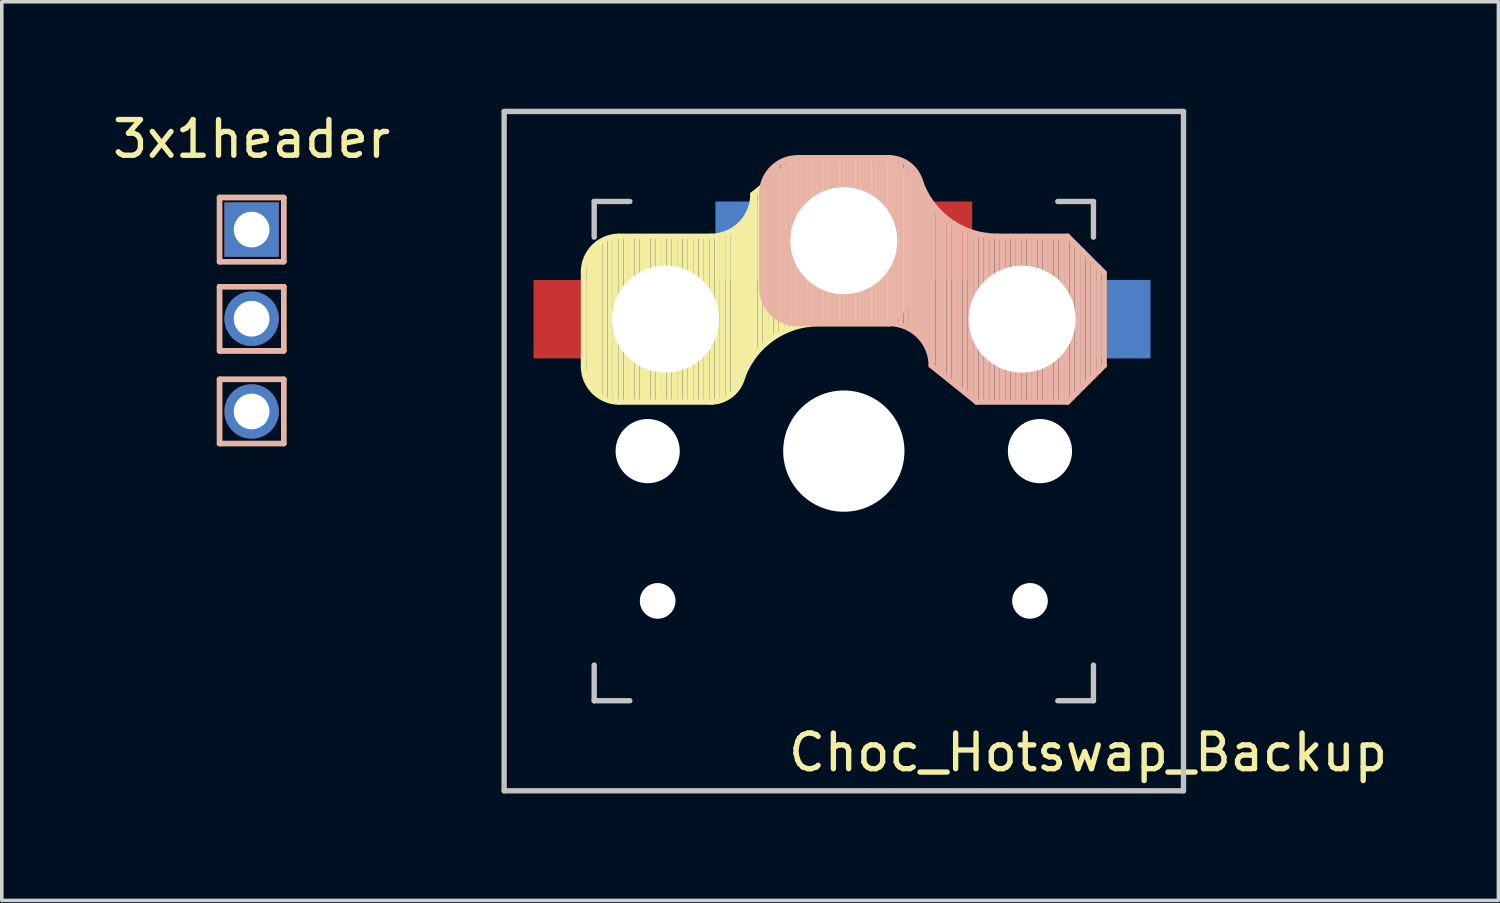
<source format=kicad_pcb>
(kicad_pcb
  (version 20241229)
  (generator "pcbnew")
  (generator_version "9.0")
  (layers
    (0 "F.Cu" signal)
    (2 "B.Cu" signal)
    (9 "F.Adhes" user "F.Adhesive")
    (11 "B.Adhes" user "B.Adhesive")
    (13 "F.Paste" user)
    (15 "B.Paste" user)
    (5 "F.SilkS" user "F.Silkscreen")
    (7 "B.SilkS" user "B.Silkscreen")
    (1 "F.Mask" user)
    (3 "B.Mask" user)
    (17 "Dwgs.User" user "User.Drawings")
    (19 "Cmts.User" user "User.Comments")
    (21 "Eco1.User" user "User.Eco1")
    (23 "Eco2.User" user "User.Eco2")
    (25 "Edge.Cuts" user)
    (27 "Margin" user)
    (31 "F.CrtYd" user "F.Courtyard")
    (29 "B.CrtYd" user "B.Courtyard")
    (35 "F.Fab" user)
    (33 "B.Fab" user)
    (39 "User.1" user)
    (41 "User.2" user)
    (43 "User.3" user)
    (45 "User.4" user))
  (footprint "Choc_Hotswap_Backup"
    (layer "F.Cu")
    (at 20.612 9.6)
    (property "Reference" "Choc_Hotswap_Backup" (at 6.85 8.45 180) (layer "F.SilkS") (effects (font (size 1 1) (thickness 0.15))))
    (attr through_hole)
    (fp_line (start -7.3 -5.025) (end -7.3 -2.375) (stroke (width 0.15) (type solid)) (layer "F.SilkS"))
    (fp_line (start -7.15 -1.95) (end -7.15 -5.5) (stroke (width 0.15) (type solid)) (layer "F.SilkS"))
    (fp_line (start -7.05 -1.8) (end -7.05 -5.55) (stroke (width 0.15) (type solid)) (layer "F.SilkS"))
    (fp_line (start -6.95 -1.7) (end -6.95 -5.65) (stroke (width 0.15) (type solid)) (layer "F.SilkS"))
    (fp_line (start -6.85 -1.6) (end -6.85 -5.8) (stroke (width 0.15) (type solid)) (layer "F.SilkS"))
    (fp_line (start -6.7 -1.5) (end -6.7 -5.9) (stroke (width 0.15) (type solid)) (layer "F.SilkS"))
    (fp_line (start -6.55 -1.45) (end -6.55 -5.95) (stroke (width 0.15) (type solid)) (layer "F.SilkS"))
    (fp_line (start -6.4 -1.4) (end -6.4 -5.95) (stroke (width 0.15) (type solid)) (layer "F.SilkS"))
    (fp_line (start -6.3 -6.025) (end -3.725 -6.025) (stroke (width 0.15) (type solid)) (layer "F.SilkS"))
    (fp_line (start -6.3 -1.375) (end -3.7 -1.375) (stroke (width 0.15) (type solid)) (layer "F.SilkS"))
    (fp_line (start -6.25 -1.4) (end -6.25 -6) (stroke (width 0.15) (type solid)) (layer "F.SilkS"))
    (fp_line (start -6.1 -1.4) (end -6.1 -6) (stroke (width 0.15) (type solid)) (layer "F.SilkS"))
    (fp_line (start -5.95 -1.4) (end -5.95 -6) (stroke (width 0.15) (type solid)) (layer "F.SilkS"))
    (fp_line (start -5.8 -1.4) (end -5.8 -6) (stroke (width 0.15) (type solid)) (layer "F.SilkS"))
    (fp_line (start -5.65 -1.4) (end -5.65 -6) (stroke (width 0.15) (type solid)) (layer "F.SilkS"))
    (fp_line (start -5.5 -1.4) (end -5.5 -6) (stroke (width 0.15) (type solid)) (layer "F.SilkS"))
    (fp_line (start -5.35 -1.4) (end -5.35 -6) (stroke (width 0.15) (type solid)) (layer "F.SilkS"))
    (fp_line (start -5.2 -1.4) (end -5.2 -6) (stroke (width 0.15) (type solid)) (layer "F.SilkS"))
    (fp_line (start -5.05 -1.4) (end -5.05 -6) (stroke (width 0.15) (type solid)) (layer "F.SilkS"))
    (fp_line (start -4.9 -1.4) (end -4.9 -6) (stroke (width 0.15) (type solid)) (layer "F.SilkS"))
    (fp_line (start -4.75 -1.4) (end -4.75 -6) (stroke (width 0.15) (type solid)) (layer "F.SilkS"))
    (fp_line (start -4.6 -1.4) (end -4.6 -6) (stroke (width 0.15) (type solid)) (layer "F.SilkS"))
    (fp_line (start -4.45 -1.4) (end -4.45 -6) (stroke (width 0.15) (type solid)) (layer "F.SilkS"))
    (fp_line (start -4.3 -1.4) (end -4.3 -6) (stroke (width 0.15) (type solid)) (layer "F.SilkS"))
    (fp_line (start -4.15 -1.4) (end -4.15 -6) (stroke (width 0.15) (type solid)) (layer "F.SilkS"))
    (fp_line (start -4 -1.4) (end -4 -6) (stroke (width 0.15) (type solid)) (layer "F.SilkS"))
    (fp_line (start -3.85 -1.4) (end -3.85 -5.95) (stroke (width 0.15) (type solid)) (layer "F.SilkS"))
    (fp_line (start -3.7 -1.4) (end -3.7 -6) (stroke (width 0.15) (type solid)) (layer "F.SilkS"))
    (fp_line (start -3.55 -1.4) (end -3.55 -6) (stroke (width 0.15) (type solid)) (layer "F.SilkS"))
    (fp_line (start -3.4 -1.45) (end -3.4 -6) (stroke (width 0.15) (type solid)) (layer "F.SilkS"))
    (fp_line (start -3.25 -1.55) (end -3.25 -6.1) (stroke (width 0.15) (type solid)) (layer "F.SilkS"))
    (fp_line (start -3.1 -1.65) (end -3.1 -6.15) (stroke (width 0.15) (type solid)) (layer "F.SilkS"))
    (fp_line (start -3 -1.8) (end -3 -6.2) (stroke (width 0.15) (type solid)) (layer "F.SilkS"))
    (fp_line (start -2.9 -2.05) (end -2.9 -6.25) (stroke (width 0.15) (type solid)) (layer "F.SilkS"))
    (fp_line (start -2.8 -2.2) (end -2.8 -6.35) (stroke (width 0.15) (type solid)) (layer "F.SilkS"))
    (fp_line (start -2.7 -2.4) (end -2.7 -6.55) (stroke (width 0.15) (type solid)) (layer "F.SilkS"))
    (fp_line (start -2.6 -2.55) (end -2.6 -6.7) (stroke (width 0.15) (type solid)) (layer "F.SilkS"))
    (fp_line (start -2.5 -2.75) (end -2.5 -7.2) (stroke (width 0.15) (type solid)) (layer "F.SilkS"))
    (fp_line (start -2.35 -2.9) (end -2.35 -7.35) (stroke (width 0.15) (type solid)) (layer "F.SilkS"))
    (fp_line (start -2.2 -3.05) (end -2.2 -7.45) (stroke (width 0.15) (type solid)) (layer "F.SilkS"))
    (fp_line (start -2.05 -3.15) (end -2.05 -7.55) (stroke (width 0.15) (type solid)) (layer "F.SilkS"))
    (fp_line (start -1.9 -3.25) (end -1.9 -7.7) (stroke (width 0.15) (type solid)) (layer "F.SilkS"))
    (fp_line (start -1.75 -3.35) (end -1.75 -7.8) (stroke (width 0.15) (type solid)) (layer "F.SilkS"))
    (fp_line (start -1.6 -3.4) (end -1.6 -7.95) (stroke (width 0.15) (type solid)) (layer "F.SilkS"))
    (fp_line (start -1.45 -3.5) (end -1.45 -8.05) (stroke (width 0.15) (type solid)) (layer "F.SilkS"))
    (fp_line (start -1.3 -3.55) (end -1.3 -8.15) (stroke (width 0.15) (type solid)) (layer "F.SilkS"))
    (fp_line (start -1.275 -8.225) (end -2.55 -7.2) (stroke (width 0.15) (type solid)) (layer "F.SilkS"))
    (fp_line (start -1.275 -8.225) (end 1.275 -8.225) (stroke (width 0.15) (type solid)) (layer "F.SilkS"))
    (fp_line (start -1.15 -3.55) (end -1.15 -8.2) (stroke (width 0.15) (type solid)) (layer "F.SilkS"))
    (fp_line (start -1 -3.55) (end -1 -8.2) (stroke (width 0.15) (type solid)) (layer "F.SilkS"))
    (fp_line (start -0.85 -3.6) (end -0.85 -8.15) (stroke (width 0.15) (type solid)) (layer "F.SilkS"))
    (fp_line (start -0.7 -3.6) (end -0.7 -8.2) (stroke (width 0.15) (type solid)) (layer "F.SilkS"))
    (fp_line (start -0.7 -3.575) (end 1.275 -3.575) (stroke (width 0.15) (type solid)) (layer "F.SilkS"))
    (fp_line (start -0.55 -3.6) (end -0.55 -8.2) (stroke (width 0.15) (type solid)) (layer "F.SilkS"))
    (fp_line (start -0.4 -3.6) (end -0.4 -8.2) (stroke (width 0.15) (type solid)) (layer "F.SilkS"))
    (fp_line (start -0.25 -3.6) (end -0.25 -8.2) (stroke (width 0.15) (type solid)) (layer "F.SilkS"))
    (fp_line (start -0.1 -3.6) (end -0.1 -8.2) (stroke (width 0.15) (type solid)) (layer "F.SilkS"))
    (fp_line (start 0.05 -3.6) (end 0.05 -8.2) (stroke (width 0.15) (type solid)) (layer "F.SilkS"))
    (fp_line (start 0.2 -3.6) (end 0.2 -8.2) (stroke (width 0.15) (type solid)) (layer "F.SilkS"))
    (fp_line (start 0.35 -3.6) (end 0.35 -8.2) (stroke (width 0.15) (type solid)) (layer "F.SilkS"))
    (fp_line (start 0.5 -3.6) (end 0.5 -8.2) (stroke (width 0.15) (type solid)) (layer "F.SilkS"))
    (fp_line (start 0.65 -3.6) (end 0.65 -8.2) (stroke (width 0.15) (type solid)) (layer "F.SilkS"))
    (fp_line (start 0.8 -3.6) (end 0.8 -8.2) (stroke (width 0.15) (type solid)) (layer "F.SilkS"))
    (fp_line (start 0.95 -3.6) (end 0.95 -8.2) (stroke (width 0.15) (type solid)) (layer "F.SilkS"))
    (fp_line (start 1.1 -3.6) (end 1.1 -8.2) (stroke (width 0.15) (type solid)) (layer "F.SilkS"))
    (fp_line (start 1.25 -3.6) (end 1.25 -8.2) (stroke (width 0.15) (type solid)) (layer "F.SilkS"))
    (fp_line (start 1.4 -3.75) (end 1.4 -8.1) (stroke (width 0.15) (type solid)) (layer "F.SilkS"))
    (fp_line (start 1.55 -3.85) (end 1.55 -7.95) (stroke (width 0.15) (type solid)) (layer "F.SilkS"))
    (fp_line (start 1.7 -4) (end 1.7 -7.8) (stroke (width 0.15) (type solid)) (layer "F.SilkS"))
    (fp_line (start 1.85 -4.15) (end 1.85 -7.65) (stroke (width 0.15) (type solid)) (layer "F.SilkS"))
    (fp_line (start 2 -4.35) (end 2 -7.5) (stroke (width 0.15) (type solid)) (layer "F.SilkS"))
    (fp_line (start 2.15 -4.45) (end 2.15 -7.35) (stroke (width 0.15) (type solid)) (layer "F.SilkS"))
    (fp_line (start 2.3 -7.2) (end 1.275 -8.225) (stroke (width 0.15) (type solid)) (layer "F.SilkS"))
    (fp_line (start 2.3 -7.2) (end 2.3 -4.6) (stroke (width 0.15) (type solid)) (layer "F.SilkS"))
    (fp_line (start 2.3 -4.6) (end 1.275 -3.575) (stroke (width 0.15) (type solid)) (layer "F.SilkS"))
    (fp_arc (start -7.3 -5.025) (mid -7.007107 -5.732107) (end -6.3 -6.025) (stroke (width 0.15) (type solid)) (layer "F.SilkS"))
    (fp_arc (start -6.3 -1.375) (mid -7.007107 -1.667893) (end -7.3 -2.375) (stroke (width 0.15) (type solid)) (layer "F.SilkS"))
    (fp_arc (start -2.837801 -2.078096) (mid -3.151716 -1.583979) (end -3.699005 -1.376209) (stroke (width 0.15) (type solid)) (layer "F.SilkS"))
    (fp_arc (start -2.837801 -2.078096) (mid -2.004887 -3.163571) (end -0.7 -3.575) (stroke (width 0.15) (type solid)) (layer "F.SilkS"))
    (fp_arc (start -2.55 -7.2) (mid -2.89415 -6.36915) (end -3.725 -6.025) (stroke (width 0.15) (type solid)) (layer "F.SilkS"))
    (fp_line (start -2.3 -4.575) (end -2.3 -7.225) (stroke (width 0.15) (type solid)) (layer "B.SilkS"))
    (fp_line (start -2.15 -7.65) (end -2.15 -4.1) (stroke (width 0.15) (type solid)) (layer "B.SilkS"))
    (fp_line (start -2.05 -7.8) (end -2.05 -4.05) (stroke (width 0.15) (type solid)) (layer "B.SilkS"))
    (fp_line (start -1.95 -7.9) (end -1.95 -3.95) (stroke (width 0.15) (type solid)) (layer "B.SilkS"))
    (fp_line (start -1.85 -8) (end -1.85 -3.8) (stroke (width 0.15) (type solid)) (layer "B.SilkS"))
    (fp_line (start -1.7 -8.1) (end -1.7 -3.7) (stroke (width 0.15) (type solid)) (layer "B.SilkS"))
    (fp_line (start -1.55 -8.15) (end -1.55 -3.65) (stroke (width 0.15) (type solid)) (layer "B.SilkS"))
    (fp_line (start -1.4 -8.2) (end -1.4 -3.65) (stroke (width 0.15) (type solid)) (layer "B.SilkS"))
    (fp_line (start -1.3 -8.225) (end 1.3 -8.225) (stroke (width 0.15) (type solid)) (layer "B.SilkS"))
    (fp_line (start -1.3 -3.575) (end 1.275 -3.575) (stroke (width 0.15) (type solid)) (layer "B.SilkS"))
    (fp_line (start -1.25 -8.2) (end -1.25 -3.6) (stroke (width 0.15) (type solid)) (layer "B.SilkS"))
    (fp_line (start -1.1 -8.2) (end -1.1 -3.6) (stroke (width 0.15) (type solid)) (layer "B.SilkS"))
    (fp_line (start -0.95 -8.2) (end -0.95 -3.6) (stroke (width 0.15) (type solid)) (layer "B.SilkS"))
    (fp_line (start -0.8 -8.2) (end -0.8 -3.6) (stroke (width 0.15) (type solid)) (layer "B.SilkS"))
    (fp_line (start -0.65 -8.2) (end -0.65 -3.6) (stroke (width 0.15) (type solid)) (layer "B.SilkS"))
    (fp_line (start -0.5 -8.2) (end -0.5 -3.6) (stroke (width 0.15) (type solid)) (layer "B.SilkS"))
    (fp_line (start -0.35 -8.2) (end -0.35 -3.6) (stroke (width 0.15) (type solid)) (layer "B.SilkS"))
    (fp_line (start -0.2 -8.2) (end -0.2 -3.6) (stroke (width 0.15) (type solid)) (layer "B.SilkS"))
    (fp_line (start -0.05 -8.2) (end -0.05 -3.6) (stroke (width 0.15) (type solid)) (layer "B.SilkS"))
    (fp_line (start 0.1 -8.2) (end 0.1 -3.6) (stroke (width 0.15) (type solid)) (layer "B.SilkS"))
    (fp_line (start 0.25 -8.2) (end 0.25 -3.6) (stroke (width 0.15) (type solid)) (layer "B.SilkS"))
    (fp_line (start 0.4 -8.2) (end 0.4 -3.6) (stroke (width 0.15) (type solid)) (layer "B.SilkS"))
    (fp_line (start 0.55 -8.2) (end 0.55 -3.6) (stroke (width 0.15) (type solid)) (layer "B.SilkS"))
    (fp_line (start 0.7 -8.2) (end 0.7 -3.6) (stroke (width 0.15) (type solid)) (layer "B.SilkS"))
    (fp_line (start 0.85 -8.2) (end 0.85 -3.6) (stroke (width 0.15) (type solid)) (layer "B.SilkS"))
    (fp_line (start 1 -8.2) (end 1 -3.6) (stroke (width 0.15) (type solid)) (layer "B.SilkS"))
    (fp_line (start 1.15 -8.2) (end 1.15 -3.65) (stroke (width 0.15) (type solid)) (layer "B.SilkS"))
    (fp_line (start 1.3 -8.2) (end 1.3 -3.6) (stroke (width 0.15) (type solid)) (layer "B.SilkS"))
    (fp_line (start 1.45 -8.2) (end 1.45 -3.6) (stroke (width 0.15) (type solid)) (layer "B.SilkS"))
    (fp_line (start 1.6 -8.15) (end 1.6 -3.6) (stroke (width 0.15) (type solid)) (layer "B.SilkS"))
    (fp_line (start 1.75 -8.05) (end 1.75 -3.5) (stroke (width 0.15) (type solid)) (layer "B.SilkS"))
    (fp_line (start 1.9 -7.95) (end 1.9 -3.45) (stroke (width 0.15) (type solid)) (layer "B.SilkS"))
    (fp_line (start 2 -7.8) (end 2 -3.4) (stroke (width 0.15) (type solid)) (layer "B.SilkS"))
    (fp_line (start 2.1 -7.55) (end 2.1 -3.35) (stroke (width 0.15) (type solid)) (layer "B.SilkS"))
    (fp_line (start 2.2 -7.4) (end 2.2 -3.25) (stroke (width 0.15) (type solid)) (layer "B.SilkS"))
    (fp_line (start 2.3 -7.2) (end 2.3 -3.05) (stroke (width 0.15) (type solid)) (layer "B.SilkS"))
    (fp_line (start 2.4 -7.05) (end 2.4 -2.9) (stroke (width 0.15) (type solid)) (layer "B.SilkS"))
    (fp_line (start 2.5 -6.85) (end 2.5 -2.4) (stroke (width 0.15) (type solid)) (layer "B.SilkS"))
    (fp_line (start 2.65 -6.7) (end 2.65 -2.25) (stroke (width 0.15) (type solid)) (layer "B.SilkS"))
    (fp_line (start 2.8 -6.55) (end 2.8 -2.15) (stroke (width 0.15) (type solid)) (layer "B.SilkS"))
    (fp_line (start 2.95 -6.45) (end 2.95 -2.05) (stroke (width 0.15) (type solid)) (layer "B.SilkS"))
    (fp_line (start 3.1 -6.35) (end 3.1 -1.9) (stroke (width 0.15) (type solid)) (layer "B.SilkS"))
    (fp_line (start 3.25 -6.25) (end 3.25 -1.8) (stroke (width 0.15) (type solid)) (layer "B.SilkS"))
    (fp_line (start 3.4 -6.2) (end 3.4 -1.65) (stroke (width 0.15) (type solid)) (layer "B.SilkS"))
    (fp_line (start 3.55 -6.1) (end 3.55 -1.55) (stroke (width 0.15) (type solid)) (layer "B.SilkS"))
    (fp_line (start 3.7 -6.05) (end 3.7 -1.45) (stroke (width 0.15) (type solid)) (layer "B.SilkS"))
    (fp_line (start 3.725 -1.375) (end 2.45 -2.4) (stroke (width 0.15) (type solid)) (layer "B.SilkS"))
    (fp_line (start 3.725 -1.375) (end 6.275 -1.375) (stroke (width 0.15) (type solid)) (layer "B.SilkS"))
    (fp_line (start 3.85 -6.05) (end 3.85 -1.4) (stroke (width 0.15) (type solid)) (layer "B.SilkS"))
    (fp_line (start 4 -6.05) (end 4 -1.4) (stroke (width 0.15) (type solid)) (layer "B.SilkS"))
    (fp_line (start 4.15 -6) (end 4.15 -1.45) (stroke (width 0.15) (type solid)) (layer "B.SilkS"))
    (fp_line (start 4.3 -6.025) (end 6.275 -6.025) (stroke (width 0.15) (type solid)) (layer "B.SilkS"))
    (fp_line (start 4.3 -6) (end 4.3 -1.4) (stroke (width 0.15) (type solid)) (layer "B.SilkS"))
    (fp_line (start 4.45 -6) (end 4.45 -1.4) (stroke (width 0.15) (type solid)) (layer "B.SilkS"))
    (fp_line (start 4.6 -6) (end 4.6 -1.4) (stroke (width 0.15) (type solid)) (layer "B.SilkS"))
    (fp_line (start 4.75 -6) (end 4.75 -1.4) (stroke (width 0.15) (type solid)) (layer "B.SilkS"))
    (fp_line (start 4.9 -6) (end 4.9 -1.4) (stroke (width 0.15) (type solid)) (layer "B.SilkS"))
    (fp_line (start 5.05 -6) (end 5.05 -1.4) (stroke (width 0.15) (type solid)) (layer "B.SilkS"))
    (fp_line (start 5.2 -6) (end 5.2 -1.4) (stroke (width 0.15) (type solid)) (layer "B.SilkS"))
    (fp_line (start 5.35 -6) (end 5.35 -1.4) (stroke (width 0.15) (type solid)) (layer "B.SilkS"))
    (fp_line (start 5.5 -6) (end 5.5 -1.4) (stroke (width 0.15) (type solid)) (layer "B.SilkS"))
    (fp_line (start 5.65 -6) (end 5.65 -1.4) (stroke (width 0.15) (type solid)) (layer "B.SilkS"))
    (fp_line (start 5.8 -6) (end 5.8 -1.4) (stroke (width 0.15) (type solid)) (layer "B.SilkS"))
    (fp_line (start 5.95 -6) (end 5.95 -1.4) (stroke (width 0.15) (type solid)) (layer "B.SilkS"))
    (fp_line (start 6.1 -6) (end 6.1 -1.4) (stroke (width 0.15) (type solid)) (layer "B.SilkS"))
    (fp_line (start 6.25 -6) (end 6.25 -1.4) (stroke (width 0.15) (type solid)) (layer "B.SilkS"))
    (fp_line (start 6.4 -5.85) (end 6.4 -1.5) (stroke (width 0.15) (type solid)) (layer "B.SilkS"))
    (fp_line (start 6.55 -5.75) (end 6.55 -1.65) (stroke (width 0.15) (type solid)) (layer "B.SilkS"))
    (fp_line (start 6.7 -5.6) (end 6.7 -1.8) (stroke (width 0.15) (type solid)) (layer "B.SilkS"))
    (fp_line (start 6.85 -5.45) (end 6.85 -1.95) (stroke (width 0.15) (type solid)) (layer "B.SilkS"))
    (fp_line (start 7 -5.25) (end 7 -2.1) (stroke (width 0.15) (type solid)) (layer "B.SilkS"))
    (fp_line (start 7.15 -5.15) (end 7.15 -2.25) (stroke (width 0.15) (type solid)) (layer "B.SilkS"))
    (fp_line (start 7.3 -5) (end 6.275 -6.025) (stroke (width 0.15) (type solid)) (layer "B.SilkS"))
    (fp_line (start 7.3 -2.4) (end 6.275 -1.375) (stroke (width 0.15) (type solid)) (layer "B.SilkS"))
    (fp_line (start 7.3 -2.4) (end 7.3 -5) (stroke (width 0.15) (type solid)) (layer "B.SilkS"))
    (fp_arc (start -2.3 -7.225) (mid -2.007107 -7.932107) (end -1.3 -8.225) (stroke (width 0.15) (type solid)) (layer "B.SilkS"))
    (fp_arc (start -1.3 -3.575) (mid -2.007107 -3.867893) (end -2.3 -4.575) (stroke (width 0.15) (type solid)) (layer "B.SilkS"))
    (fp_arc (start 1.275 -3.575) (mid 2.10585 -3.23085) (end 2.45 -2.4) (stroke (width 0.15) (type solid)) (layer "B.SilkS"))
    (fp_arc (start 1.300995 -8.223791) (mid 1.848284 -8.016021) (end 2.162199 -7.521904) (stroke (width 0.15) (type solid)) (layer "B.SilkS"))
    (fp_arc (start 4.3 -6.025) (mid 2.995114 -6.436429) (end 2.162199 -7.521904) (stroke (width 0.15) (type solid)) (layer "B.SilkS"))
    (fp_line (start -9.525 -9.525) (end 9.525 -9.525) (stroke (width 0.15) (type solid)) (layer "Dwgs.User"))
    (fp_line (start -9.525 9.525) (end -9.525 -9.525) (stroke (width 0.15) (type solid)) (layer "Dwgs.User"))
    (fp_line (start -7 -7) (end -7 -6) (stroke (width 0.15) (type solid)) (layer "Dwgs.User"))
    (fp_line (start -7 6) (end -7 7) (stroke (width 0.15) (type solid)) (layer "Dwgs.User"))
    (fp_line (start -7 7) (end -6 7) (stroke (width 0.15) (type solid)) (layer "Dwgs.User"))
    (fp_line (start -6 -7) (end -7 -7) (stroke (width 0.15) (type solid)) (layer "Dwgs.User"))
    (fp_line (start 6 -7) (end 7 -7) (stroke (width 0.15) (type solid)) (layer "Dwgs.User"))
    (fp_line (start 7 -7) (end 7 -6) (stroke (width 0.15) (type solid)) (layer "Dwgs.User"))
    (fp_line (start 7 6) (end 7 7) (stroke (width 0.15) (type solid)) (layer "Dwgs.User"))
    (fp_line (start 7 7) (end 6 7) (stroke (width 0.15) (type solid)) (layer "Dwgs.User"))
    (fp_line (start 9.525 -9.525) (end 9.525 9.525) (stroke (width 0.15) (type solid)) (layer "Dwgs.User"))
    (fp_line (start 9.525 9.525) (end -9.525 9.525) (stroke (width 0.15) (type solid)) (layer "Dwgs.User"))
    (pad "" np_thru_hole circle (at -5.5 0 270) (size 1.8 1.8) (drill 1.8) (layers "*.Cu" "*.Mask"))
    (pad "" np_thru_hole circle (at -5.22 4.2) (size 1 1) (drill 1) (layers "*.Cu" "*.Mask"))
    (pad "" np_thru_hole circle (at -5 -3.7 90) (size 3 3) (drill 3) (layers "*.Cu" "*.Mask"))
    (pad "" np_thru_hole circle (at 0 -5.9 270) (size 3 3) (drill 3) (layers "*.Cu" "*.Mask"))
    (pad "" np_thru_hole circle (at 0 0 270) (size 3.4 3.4) (drill 3.4) (layers "*.Cu" "*.Mask"))
    (pad "" np_thru_hole circle (at 5 -3.7 270) (size 3 3) (drill 3) (layers "*.Cu" "*.Mask"))
    (pad "" np_thru_hole circle (at 5.22 4.2) (size 1 1) (drill 1) (layers "*.Cu" "*.Mask"))
    (pad "" np_thru_hole circle (at 5.5 0 270) (size 1.8 1.8) (drill 1.8) (layers "*.Cu" "*.Mask"))
    (pad "1" smd rect (at -7.9 -3.7) (size 1.6 2.2) (layers "F.Cu" "F.Mask" "F.Paste"))
    (pad "1" smd rect (at 7.8 -3.7) (size 1.6 2.2) (layers "B.Cu" "B.Mask" "B.Paste"))
    (pad "2" smd rect (at -2.8 -5.9) (size 1.6 2.2) (layers "B.Cu" "B.Mask" "B.Paste"))
    (pad "2" smd rect (at 2.8 -5.9) (size 1.6 2.2) (layers "F.Cu" "F.Mask" "F.Paste")))
  (footprint "3x1header"
    (layer "F.Cu")
    (at 4.006 3.388)
    (property "Reference" "3x1header" (at 0 -2.54 0) (layer "F.SilkS") (effects (font (size 1 1) (thickness 0.15))))
    (attr through_hole)
    (fp_line (start -0.9 -0.9) (end 0.9 -0.9) (stroke (width 0.15) (type solid)) (layer "F.SilkS"))
    (fp_line (start -0.9 0.9) (end -0.9 -0.9) (stroke (width 0.15) (type solid)) (layer "F.SilkS"))
    (fp_line (start -0.9 1.6) (end -0.9 3.4) (stroke (width 0.15) (type solid)) (layer "F.SilkS"))
    (fp_line (start -0.9 1.6) (end 0.9 1.6) (stroke (width 0.15) (type solid)) (layer "F.SilkS"))
    (fp_line (start -0.9 4.2) (end -0.9 6) (stroke (width 0.15) (type solid)) (layer "F.SilkS"))
    (fp_line (start -0.9 4.2) (end 0.9 4.2) (stroke (width 0.15) (type solid)) (layer "F.SilkS"))
    (fp_line (start 0.9 -0.9) (end 0.9 0.9) (stroke (width 0.15) (type solid)) (layer "F.SilkS"))
    (fp_line (start 0.9 0.9) (end -0.9 0.9) (stroke (width 0.15) (type solid)) (layer "F.SilkS"))
    (fp_line (start 0.9 1.6) (end 0.9 3.4) (stroke (width 0.15) (type solid)) (layer "F.SilkS"))
    (fp_line (start 0.9 3.4) (end -0.9 3.4) (stroke (width 0.15) (type solid)) (layer "F.SilkS"))
    (fp_line (start 0.9 4.2) (end 0.9 6) (stroke (width 0.15) (type solid)) (layer "F.SilkS"))
    (fp_line (start 0.9 6) (end -0.9 6) (stroke (width 0.15) (type solid)) (layer "F.SilkS"))
    (fp_line (start -0.9 -0.9) (end 0.9 -0.9) (stroke (width 0.15) (type solid)) (layer "B.SilkS"))
    (fp_line (start -0.9 0.9) (end -0.9 -0.9) (stroke (width 0.15) (type solid)) (layer "B.SilkS"))
    (fp_line (start -0.9 1.6) (end 0.9 1.6) (stroke (width 0.15) (type solid)) (layer "B.SilkS"))
    (fp_line (start -0.9 3.4) (end -0.9 1.6) (stroke (width 0.15) (type solid)) (layer "B.SilkS"))
    (fp_line (start -0.9 4.2) (end 0.9 4.2) (stroke (width 0.15) (type solid)) (layer "B.SilkS"))
    (fp_line (start -0.9 6) (end -0.9 4.2) (stroke (width 0.15) (type solid)) (layer "B.SilkS"))
    (fp_line (start 0.9 -0.9) (end 0.9 0.9) (stroke (width 0.15) (type solid)) (layer "B.SilkS"))
    (fp_line (start 0.9 0.9) (end -0.9 0.9) (stroke (width 0.15) (type solid)) (layer "B.SilkS"))
    (fp_line (start 0.9 1.6) (end 0.9 3.4) (stroke (width 0.15) (type solid)) (layer "B.SilkS"))
    (fp_line (start 0.9 3.4) (end -0.9 3.4) (stroke (width 0.15) (type solid)) (layer "B.SilkS"))
    (fp_line (start 0.9 4.2) (end 0.9 6) (stroke (width 0.15) (type solid)) (layer "B.SilkS"))
    (fp_line (start 0.9 6) (end -0.9 6) (stroke (width 0.15) (type solid)) (layer "B.SilkS"))
    (pad "1" thru_hole rect (at 0 0 90) (size 1.524 1.524) (drill 1) (layers "*.Cu" "*.Mask"))
    (pad "2" thru_hole circle (at 0 2.5) (size 1.524 1.524) (drill 1) (layers "*.Cu" "*.Mask"))
    (pad "3" thru_hole circle (at 0 5.1) (size 1.524 1.524) (drill 1) (layers "*.Cu" "*.Mask")))
  (gr_rect
    (start -3 -3)
    (end 38.968 22.2)
    (stroke (width 0.1) (type default))
    (fill no)
    (layer "Edge.Cuts")))
</source>
